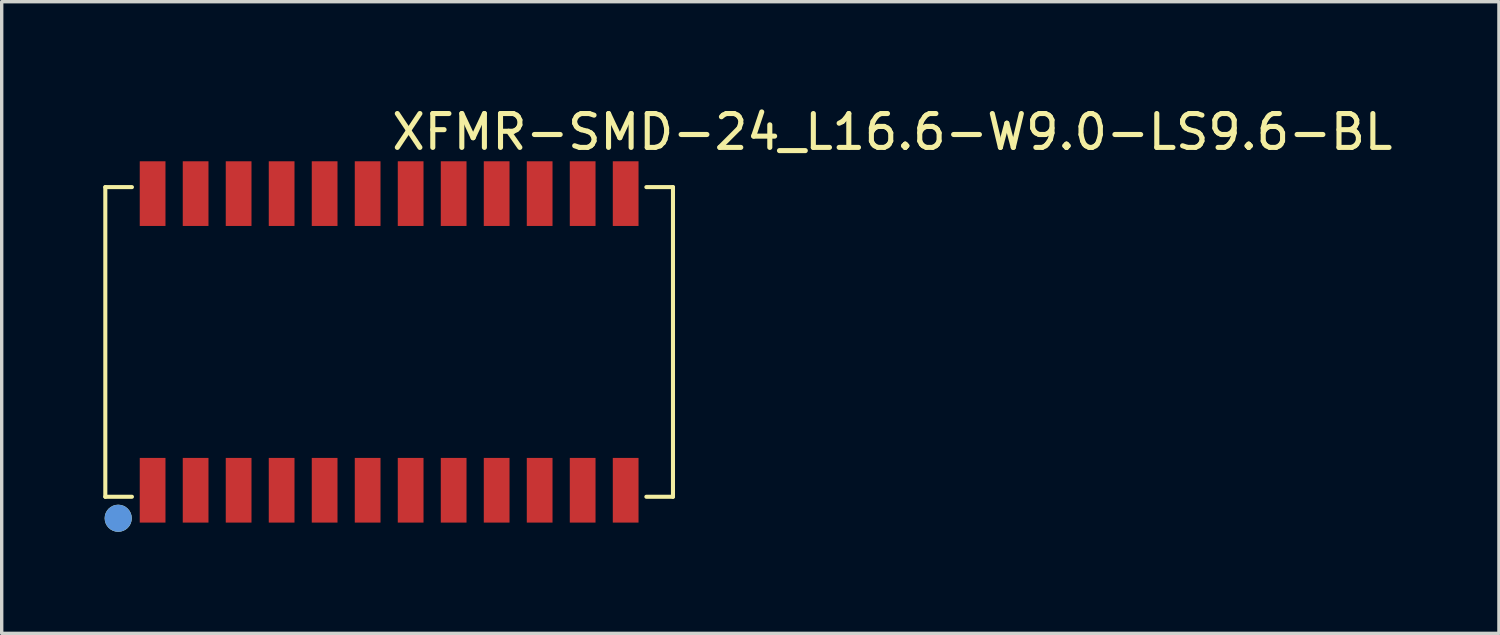
<source format=kicad_pcb>
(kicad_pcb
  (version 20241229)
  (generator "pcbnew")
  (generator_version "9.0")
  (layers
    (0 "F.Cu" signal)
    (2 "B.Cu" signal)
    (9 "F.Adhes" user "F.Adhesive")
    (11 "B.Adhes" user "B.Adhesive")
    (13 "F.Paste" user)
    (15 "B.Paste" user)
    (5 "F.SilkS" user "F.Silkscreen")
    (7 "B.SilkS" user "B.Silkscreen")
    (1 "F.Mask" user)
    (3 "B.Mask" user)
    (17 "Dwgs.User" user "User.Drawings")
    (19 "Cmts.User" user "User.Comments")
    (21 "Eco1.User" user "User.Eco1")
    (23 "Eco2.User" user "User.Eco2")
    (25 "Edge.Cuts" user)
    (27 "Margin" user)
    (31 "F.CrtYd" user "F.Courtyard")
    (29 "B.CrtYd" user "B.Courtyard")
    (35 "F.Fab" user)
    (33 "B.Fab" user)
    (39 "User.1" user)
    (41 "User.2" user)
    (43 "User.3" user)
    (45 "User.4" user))
  (footprint "XFMR-SMD-24_L16.6-W9.0-LS9.6-BL"
    (layer "F.Cu")
    (at 8.442 7.048)
    (property "Reference" "XFMR-SMD-24_L16.6-W9.0-LS9.6-BL" (at 0 -6.2 0) (layer "F.SilkS") (effects (font (size 1 1) (thickness 0.15)) (justify left)))
    (attr smd)
    (fp_line (start -8.382 -4.572) (end -8.382 4.572) (stroke (width 0.12) (type solid)) (layer "F.SilkS"))
    (fp_line (start -8.382 4.572) (end -7.596 4.572) (stroke (width 0.12) (type solid)) (layer "F.SilkS"))
    (fp_line (start -7.596 -4.572) (end -8.382 -4.572) (stroke (width 0.12) (type solid)) (layer "F.SilkS"))
    (fp_line (start 7.596 4.572) (end 8.382 4.572) (stroke (width 0.12) (type solid)) (layer "F.SilkS"))
    (fp_line (start 8.382 -4.572) (end 7.596 -4.572) (stroke (width 0.12) (type solid)) (layer "F.SilkS"))
    (fp_line (start 8.382 4.572) (end 8.382 -4.572) (stroke (width 0.12) (type solid)) (layer "F.SilkS"))
    (fp_circle (center -8.001 5.207) (end -7.801 5.207) (stroke (width 0.4) (type solid)) (fill no) (layer "F.SilkS"))
    (fp_circle (center -8.001 5.207) (end -7.801 5.207) (stroke (width 0.4) (type solid)) (fill no) (layer "Cmts.User"))
    (pad "1" smd rect (at -6.985 4.38 90) (size 1.91 0.76) (layers "F.Cu" "F.Mask" "F.Paste"))
    (pad "2" smd rect (at -5.715 4.38 90) (size 1.91 0.76) (layers "F.Cu" "F.Mask" "F.Paste"))
    (pad "3" smd rect (at -4.445 4.38 90) (size 1.91 0.76) (layers "F.Cu" "F.Mask" "F.Paste"))
    (pad "4" smd rect (at -3.175 4.38 90) (size 1.91 0.76) (layers "F.Cu" "F.Mask" "F.Paste"))
    (pad "5" smd rect (at -1.905 4.38 90) (size 1.91 0.76) (layers "F.Cu" "F.Mask" "F.Paste"))
    (pad "6" smd rect (at -0.635 4.38 90) (size 1.91 0.76) (layers "F.Cu" "F.Mask" "F.Paste"))
    (pad "7" smd rect (at 0.635 4.38 90) (size 1.91 0.76) (layers "F.Cu" "F.Mask" "F.Paste"))
    (pad "8" smd rect (at 1.905 4.38 90) (size 1.91 0.76) (layers "F.Cu" "F.Mask" "F.Paste"))
    (pad "9" smd rect (at 3.175 4.38 90) (size 1.91 0.76) (layers "F.Cu" "F.Mask" "F.Paste"))
    (pad "10" smd rect (at 4.445 4.38 90) (size 1.91 0.76) (layers "F.Cu" "F.Mask" "F.Paste"))
    (pad "11" smd rect (at 5.715 4.38 90) (size 1.91 0.76) (layers "F.Cu" "F.Mask" "F.Paste"))
    (pad "12" smd rect (at 6.985 4.38 90) (size 1.91 0.76) (layers "F.Cu" "F.Mask" "F.Paste"))
    (pad "13" smd rect (at 6.985 -4.38 90) (size 1.91 0.76) (layers "F.Cu" "F.Mask" "F.Paste"))
    (pad "14" smd rect (at 5.715 -4.38 90) (size 1.91 0.76) (layers "F.Cu" "F.Mask" "F.Paste"))
    (pad "15" smd rect (at 4.445 -4.38 90) (size 1.91 0.76) (layers "F.Cu" "F.Mask" "F.Paste"))
    (pad "16" smd rect (at 3.175 -4.38 90) (size 1.91 0.76) (layers "F.Cu" "F.Mask" "F.Paste"))
    (pad "17" smd rect (at 1.905 -4.38 90) (size 1.91 0.76) (layers "F.Cu" "F.Mask" "F.Paste"))
    (pad "18" smd rect (at 0.635 -4.38 90) (size 1.91 0.76) (layers "F.Cu" "F.Mask" "F.Paste"))
    (pad "19" smd rect (at -0.635 -4.38 90) (size 1.91 0.76) (layers "F.Cu" "F.Mask" "F.Paste"))
    (pad "20" smd rect (at -1.905 -4.38 90) (size 1.91 0.76) (layers "F.Cu" "F.Mask" "F.Paste"))
    (pad "21" smd rect (at -3.175 -4.38 90) (size 1.91 0.76) (layers "F.Cu" "F.Mask" "F.Paste"))
    (pad "22" smd rect (at -4.445 -4.38 90) (size 1.91 0.76) (layers "F.Cu" "F.Mask" "F.Paste"))
    (pad "23" smd rect (at -5.715 -4.38 90) (size 1.91 0.76) (layers "F.Cu" "F.Mask" "F.Paste"))
    (pad "24" smd rect (at -6.985 -4.38 90) (size 1.91 0.76) (layers "F.Cu" "F.Mask" "F.Paste")))
  (gr_rect
    (start -3 -3)
    (end 41.216 15.655)
    (stroke (width 0.1) (type default))
    (fill no)
    (layer "Edge.Cuts")))
</source>
